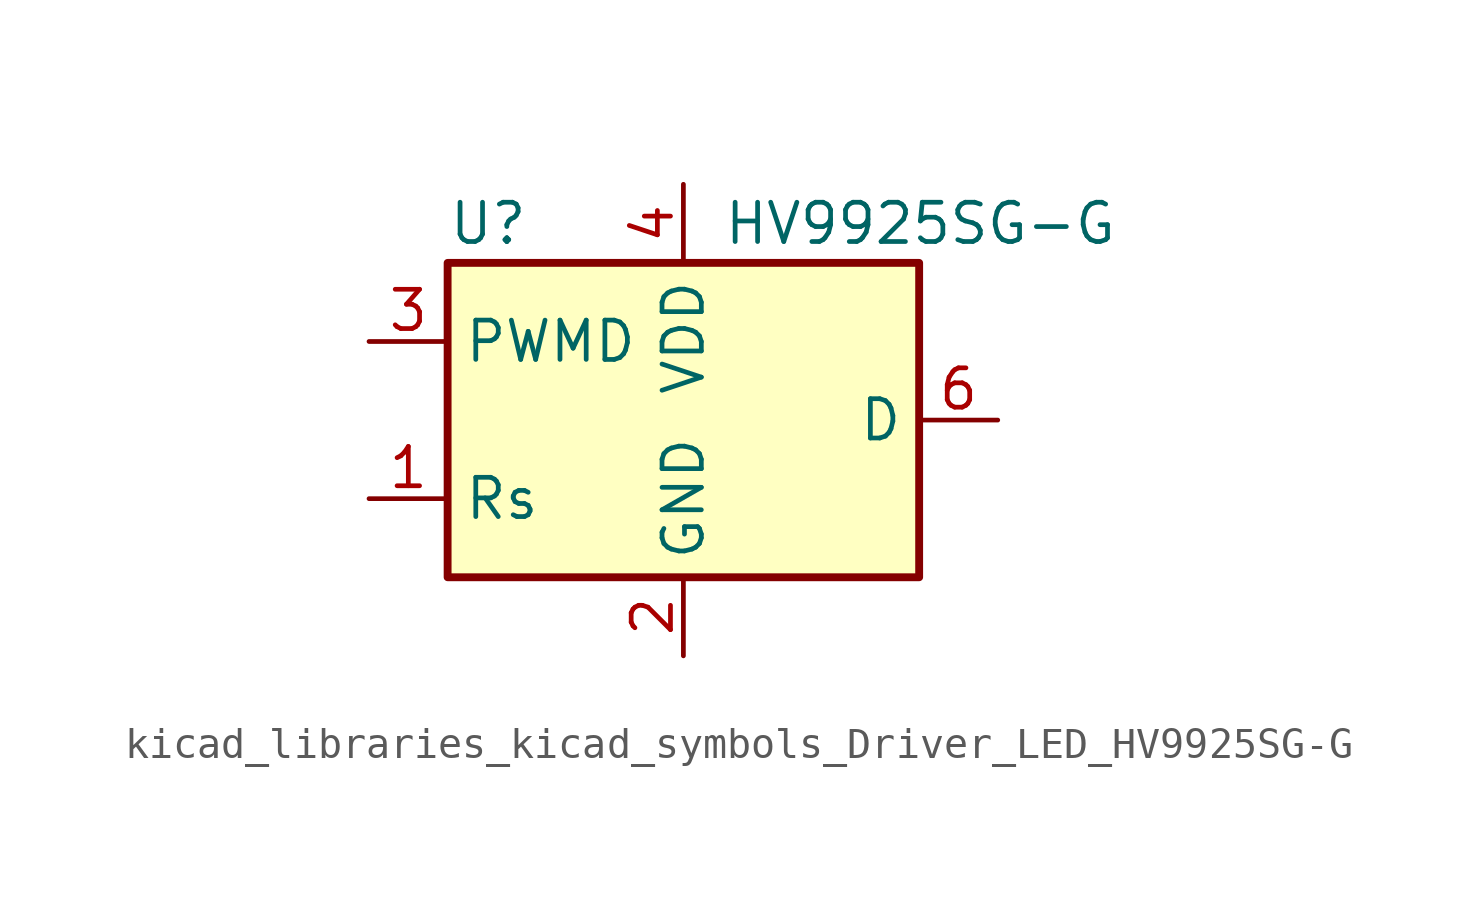
<source format=kicad_sym>
(kicad_symbol_lib
  (version 20220914)
  (generator kicad_symbol_editor)
  (symbol "kicad_libraries_kicad_symbols_Driver_LED_HV9925SG-G"
    (property "Reference" "U"
      (at -7.62 6.35 0)
      (effects (font (size 1.27 1.27)) (justify left)))
    (property "Value" "HV9925SG-G"
      (at 1.27 6.35 0)
      (effects (font (size 1.27 1.27)) (justify left)))
    (symbol "kicad_libraries_kicad_symbols_Driver_LED_HV9925SG-G_0_1"
      (rectangle (start -7.62 5.08) (end 7.62 -5.08) (stroke (width 0.254) (type default)) (fill (type background))))
    (symbol "kicad_libraries_kicad_symbols_Driver_LED_HV9925SG-G_1_1"
      (pin passive line (at -10.16 -2.54 0) (length 2.54) (name "Rs" (effects (font (size 1.27 1.27)))) (number "1" (effects (font (size 1.27 1.27)))))
      (pin power_in line (at 0 -7.62 90) (length 2.54) (name "GND" (effects (font (size 1.27 1.27)))) (number "2" (effects (font (size 1.27 1.27)))))
      (pin input line (at -10.16 2.54 0) (length 2.54) (name "PWMD" (effects (font (size 1.27 1.27)))) (number "3" (effects (font (size 1.27 1.27)))))
      (pin power_out line (at 0 7.62 270) (length 2.54) (name "VDD" (effects (font (size 1.27 1.27)))) (number "4" (effects (font (size 1.27 1.27)))))
      (pin no_connect line (at -7.62 0 0) (length 2.54) hide (name "NC" (effects (font (size 1.27 1.27)))) (number "5" (effects (font (size 1.27 1.27)))))
      (pin input line (at 10.16 0 180) (length 2.54) (name "D" (effects (font (size 1.27 1.27)))) (number "6" (effects (font (size 1.27 1.27)))))
      (pin input line (at 10.16 0 180) (length 2.54) hide (name "D" (effects (font (size 1.27 1.27)))) (number "7" (effects (font (size 1.27 1.27)))))
      (pin input line (at 10.16 0 180) (length 2.54) hide (name "D" (effects (font (size 1.27 1.27)))) (number "8" (effects (font (size 1.27 1.27))))))))
</source>
